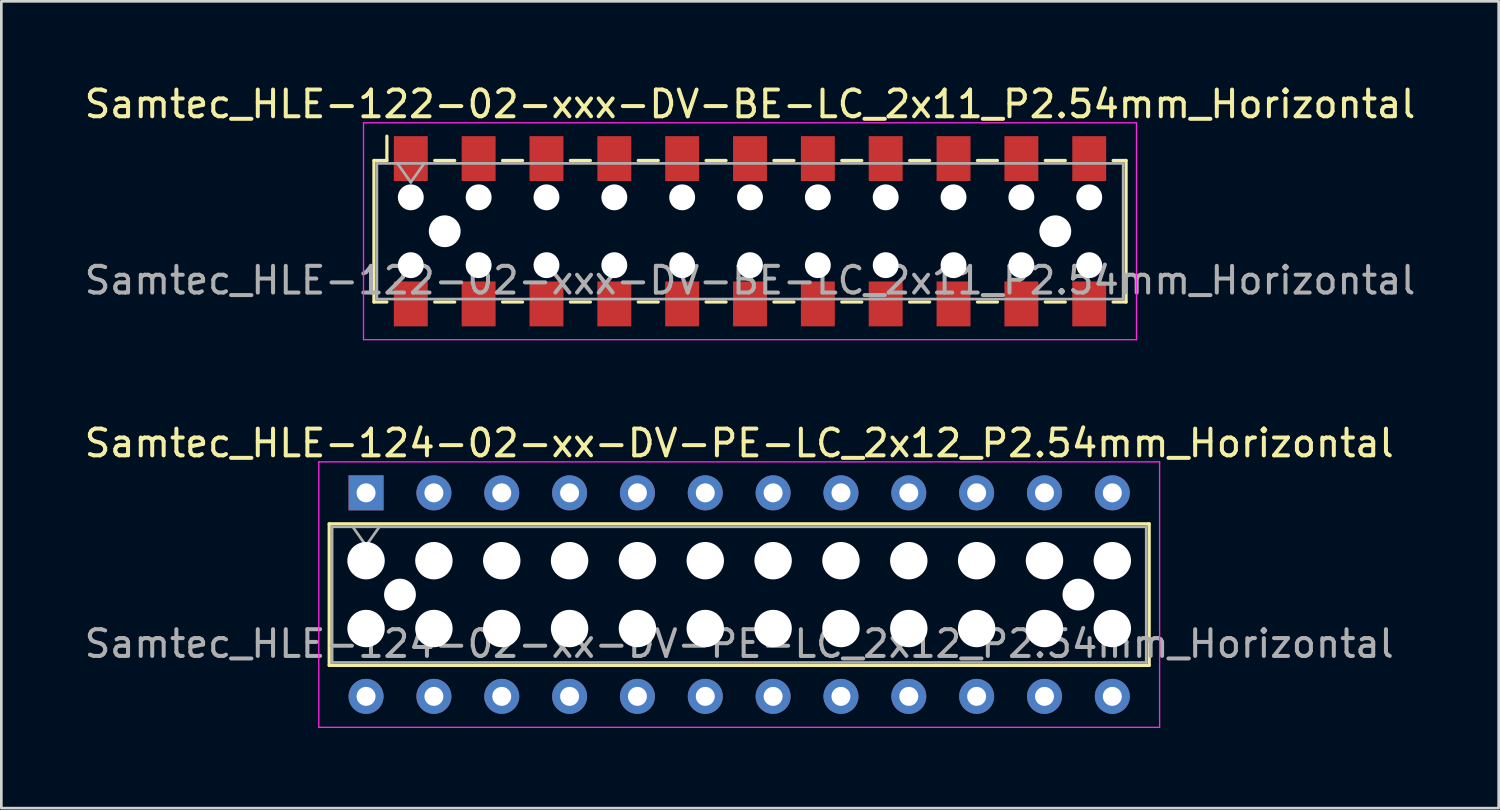
<source format=kicad_pcb>
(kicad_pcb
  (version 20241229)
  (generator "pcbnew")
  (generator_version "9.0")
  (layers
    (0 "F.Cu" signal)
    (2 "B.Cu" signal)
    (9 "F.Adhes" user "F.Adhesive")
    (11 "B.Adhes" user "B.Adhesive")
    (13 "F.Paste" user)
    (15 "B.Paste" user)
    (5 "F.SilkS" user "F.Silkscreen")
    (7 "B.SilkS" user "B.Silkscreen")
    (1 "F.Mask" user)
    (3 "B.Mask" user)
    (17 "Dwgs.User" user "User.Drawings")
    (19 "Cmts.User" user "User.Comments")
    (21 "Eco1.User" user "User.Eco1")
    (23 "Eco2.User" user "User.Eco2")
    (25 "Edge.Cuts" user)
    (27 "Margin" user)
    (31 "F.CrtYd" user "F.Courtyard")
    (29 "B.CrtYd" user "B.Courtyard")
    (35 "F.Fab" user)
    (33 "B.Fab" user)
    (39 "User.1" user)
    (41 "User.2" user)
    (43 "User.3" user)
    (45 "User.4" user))
  (footprint "Samtec_HLE-122-02-xxx-DV-BE-LC_2x11_P2.54mm_Horizontal"
    (layer "F.Cu")
    (at 25.03 5.608)
    (property "Reference" "Samtec_HLE-122-02-xxx-DV-BE-LC_2x11_P2.54mm_Horizontal" (at 0 -4.76 0) (layer "F.SilkS") (effects (font (size 1 1) (thickness 0.15))))
    (attr smd)
    (fp_line (start -14.08 -2.65) (end -14.08 2.65) (stroke (width 0.12) (type solid)) (layer "F.SilkS"))
    (fp_line (start -14.08 2.65) (end -13.595 2.65) (stroke (width 0.12) (type solid)) (layer "F.SilkS"))
    (fp_line (start -13.595 -3.56) (end -13.595 -2.65) (stroke (width 0.12) (type solid)) (layer "F.SilkS"))
    (fp_line (start -13.595 -2.65) (end -14.08 -2.65) (stroke (width 0.12) (type solid)) (layer "F.SilkS"))
    (fp_line (start -11.805 -2.65) (end -11.055 -2.65) (stroke (width 0.12) (type solid)) (layer "F.SilkS"))
    (fp_line (start -11.805 2.65) (end -11.055 2.65) (stroke (width 0.12) (type solid)) (layer "F.SilkS"))
    (fp_line (start -9.265 -2.65) (end -8.515 -2.65) (stroke (width 0.12) (type solid)) (layer "F.SilkS"))
    (fp_line (start -9.265 2.65) (end -8.515 2.65) (stroke (width 0.12) (type solid)) (layer "F.SilkS"))
    (fp_line (start -6.725 -2.65) (end -5.975 -2.65) (stroke (width 0.12) (type solid)) (layer "F.SilkS"))
    (fp_line (start -6.725 2.65) (end -5.975 2.65) (stroke (width 0.12) (type solid)) (layer "F.SilkS"))
    (fp_line (start -4.185 -2.65) (end -3.435 -2.65) (stroke (width 0.12) (type solid)) (layer "F.SilkS"))
    (fp_line (start -4.185 2.65) (end -3.435 2.65) (stroke (width 0.12) (type solid)) (layer "F.SilkS"))
    (fp_line (start -1.645 -2.65) (end -0.895 -2.65) (stroke (width 0.12) (type solid)) (layer "F.SilkS"))
    (fp_line (start -1.645 2.65) (end -0.895 2.65) (stroke (width 0.12) (type solid)) (layer "F.SilkS"))
    (fp_line (start 0.895 -2.65) (end 1.645 -2.65) (stroke (width 0.12) (type solid)) (layer "F.SilkS"))
    (fp_line (start 0.895 2.65) (end 1.645 2.65) (stroke (width 0.12) (type solid)) (layer "F.SilkS"))
    (fp_line (start 3.435 -2.65) (end 4.185 -2.65) (stroke (width 0.12) (type solid)) (layer "F.SilkS"))
    (fp_line (start 3.435 2.65) (end 4.185 2.65) (stroke (width 0.12) (type solid)) (layer "F.SilkS"))
    (fp_line (start 5.975 -2.65) (end 6.725 -2.65) (stroke (width 0.12) (type solid)) (layer "F.SilkS"))
    (fp_line (start 5.975 2.65) (end 6.725 2.65) (stroke (width 0.12) (type solid)) (layer "F.SilkS"))
    (fp_line (start 8.515 -2.65) (end 9.265 -2.65) (stroke (width 0.12) (type solid)) (layer "F.SilkS"))
    (fp_line (start 8.515 2.65) (end 9.265 2.65) (stroke (width 0.12) (type solid)) (layer "F.SilkS"))
    (fp_line (start 11.055 -2.65) (end 11.805 -2.65) (stroke (width 0.12) (type solid)) (layer "F.SilkS"))
    (fp_line (start 11.055 2.65) (end 11.805 2.65) (stroke (width 0.12) (type solid)) (layer "F.SilkS"))
    (fp_line (start 13.595 -2.65) (end 14.08 -2.65) (stroke (width 0.12) (type solid)) (layer "F.SilkS"))
    (fp_line (start 14.08 -2.65) (end 14.08 2.65) (stroke (width 0.12) (type solid)) (layer "F.SilkS"))
    (fp_line (start 14.08 2.65) (end 13.595 2.65) (stroke (width 0.12) (type solid)) (layer "F.SilkS"))
    (fp_line (start -14.47 -4.06) (end 14.47 -4.06) (stroke (width 0.05) (type solid)) (layer "F.CrtYd"))
    (fp_line (start -14.47 4.06) (end -14.47 -4.06) (stroke (width 0.05) (type solid)) (layer "F.CrtYd"))
    (fp_line (start 14.47 -4.06) (end 14.47 4.06) (stroke (width 0.05) (type solid)) (layer "F.CrtYd"))
    (fp_line (start 14.47 4.06) (end -14.47 4.06) (stroke (width 0.05) (type solid)) (layer "F.CrtYd"))
    (fp_line (start -13.97 -2.54) (end 13.97 -2.54) (stroke (width 0.1) (type solid)) (layer "F.Fab"))
    (fp_line (start -13.97 2.54) (end -13.97 -2.54) (stroke (width 0.1) (type solid)) (layer "F.Fab"))
    (fp_line (start -13.2 -2.54) (end -12.7 -1.833) (stroke (width 0.1) (type solid)) (layer "F.Fab"))
    (fp_line (start -12.7 -1.833) (end -12.2 -2.54) (stroke (width 0.1) (type solid)) (layer "F.Fab"))
    (fp_line (start 13.97 -2.54) (end 13.97 2.54) (stroke (width 0.1) (type solid)) (layer "F.Fab"))
    (fp_line (start 13.97 2.54) (end -13.97 2.54) (stroke (width 0.1) (type solid)) (layer "F.Fab"))
    (fp_text user "${REFERENCE}" (at 0 1.84 0) (layer "F.Fab") (effects (font (size 1 1) (thickness 0.15))))
    (pad "" np_thru_hole circle (at -12.7 -1.27) (size 0.97 0.97) (drill 0.97) (layers "*.Cu" "*.Mask"))
    (pad "" np_thru_hole circle (at -12.7 1.27) (size 0.97 0.97) (drill 0.97) (layers "*.Cu" "*.Mask"))
    (pad "" np_thru_hole circle (at -11.43 0) (size 1.19 1.19) (drill 1.19) (layers "*.Cu" "*.Mask"))
    (pad "" np_thru_hole circle (at -10.16 -1.27) (size 0.97 0.97) (drill 0.97) (layers "*.Cu" "*.Mask"))
    (pad "" np_thru_hole circle (at -10.16 1.27) (size 0.97 0.97) (drill 0.97) (layers "*.Cu" "*.Mask"))
    (pad "" np_thru_hole circle (at -7.62 -1.27) (size 0.97 0.97) (drill 0.97) (layers "*.Cu" "*.Mask"))
    (pad "" np_thru_hole circle (at -7.62 1.27) (size 0.97 0.97) (drill 0.97) (layers "*.Cu" "*.Mask"))
    (pad "" np_thru_hole circle (at -5.08 -1.27) (size 0.97 0.97) (drill 0.97) (layers "*.Cu" "*.Mask"))
    (pad "" np_thru_hole circle (at -5.08 1.27) (size 0.97 0.97) (drill 0.97) (layers "*.Cu" "*.Mask"))
    (pad "" np_thru_hole circle (at -2.54 -1.27) (size 0.97 0.97) (drill 0.97) (layers "*.Cu" "*.Mask"))
    (pad "" np_thru_hole circle (at -2.54 1.27) (size 0.97 0.97) (drill 0.97) (layers "*.Cu" "*.Mask"))
    (pad "" np_thru_hole circle (at 0 -1.27) (size 0.97 0.97) (drill 0.97) (layers "*.Cu" "*.Mask"))
    (pad "" np_thru_hole circle (at 0 1.27) (size 0.97 0.97) (drill 0.97) (layers "*.Cu" "*.Mask"))
    (pad "" np_thru_hole circle (at 2.54 -1.27) (size 0.97 0.97) (drill 0.97) (layers "*.Cu" "*.Mask"))
    (pad "" np_thru_hole circle (at 2.54 1.27) (size 0.97 0.97) (drill 0.97) (layers "*.Cu" "*.Mask"))
    (pad "" np_thru_hole circle (at 5.08 -1.27) (size 0.97 0.97) (drill 0.97) (layers "*.Cu" "*.Mask"))
    (pad "" np_thru_hole circle (at 5.08 1.27) (size 0.97 0.97) (drill 0.97) (layers "*.Cu" "*.Mask"))
    (pad "" np_thru_hole circle (at 7.62 -1.27) (size 0.97 0.97) (drill 0.97) (layers "*.Cu" "*.Mask"))
    (pad "" np_thru_hole circle (at 7.62 1.27) (size 0.97 0.97) (drill 0.97) (layers "*.Cu" "*.Mask"))
    (pad "" np_thru_hole circle (at 10.16 -1.27) (size 0.97 0.97) (drill 0.97) (layers "*.Cu" "*.Mask"))
    (pad "" np_thru_hole circle (at 10.16 1.27) (size 0.97 0.97) (drill 0.97) (layers "*.Cu" "*.Mask"))
    (pad "" np_thru_hole circle (at 11.43 0) (size 1.19 1.19) (drill 1.19) (layers "*.Cu" "*.Mask"))
    (pad "" np_thru_hole circle (at 12.7 -1.27) (size 0.97 0.97) (drill 0.97) (layers "*.Cu" "*.Mask"))
    (pad "" np_thru_hole circle (at 12.7 1.27) (size 0.97 0.97) (drill 0.97) (layers "*.Cu" "*.Mask"))
    (pad "1" smd rect (at -12.7 -2.72) (size 1.27 1.68) (layers "F.Cu" "F.Mask" "F.Paste"))
    (pad "2" smd rect (at -12.7 2.72) (size 1.27 1.68) (layers "F.Cu" "F.Mask" "F.Paste"))
    (pad "3" smd rect (at -10.16 -2.72) (size 1.27 1.68) (layers "F.Cu" "F.Mask" "F.Paste"))
    (pad "4" smd rect (at -10.16 2.72) (size 1.27 1.68) (layers "F.Cu" "F.Mask" "F.Paste"))
    (pad "5" smd rect (at -7.62 -2.72) (size 1.27 1.68) (layers "F.Cu" "F.Mask" "F.Paste"))
    (pad "6" smd rect (at -7.62 2.72) (size 1.27 1.68) (layers "F.Cu" "F.Mask" "F.Paste"))
    (pad "7" smd rect (at -5.08 -2.72) (size 1.27 1.68) (layers "F.Cu" "F.Mask" "F.Paste"))
    (pad "8" smd rect (at -5.08 2.72) (size 1.27 1.68) (layers "F.Cu" "F.Mask" "F.Paste"))
    (pad "9" smd rect (at -2.54 -2.72) (size 1.27 1.68) (layers "F.Cu" "F.Mask" "F.Paste"))
    (pad "10" smd rect (at -2.54 2.72) (size 1.27 1.68) (layers "F.Cu" "F.Mask" "F.Paste"))
    (pad "11" smd rect (at 0 -2.72) (size 1.27 1.68) (layers "F.Cu" "F.Mask" "F.Paste"))
    (pad "12" smd rect (at 0 2.72) (size 1.27 1.68) (layers "F.Cu" "F.Mask" "F.Paste"))
    (pad "13" smd rect (at 2.54 -2.72) (size 1.27 1.68) (layers "F.Cu" "F.Mask" "F.Paste"))
    (pad "14" smd rect (at 2.54 2.72) (size 1.27 1.68) (layers "F.Cu" "F.Mask" "F.Paste"))
    (pad "15" smd rect (at 5.08 -2.72) (size 1.27 1.68) (layers "F.Cu" "F.Mask" "F.Paste"))
    (pad "16" smd rect (at 5.08 2.72) (size 1.27 1.68) (layers "F.Cu" "F.Mask" "F.Paste"))
    (pad "17" smd rect (at 7.62 -2.72) (size 1.27 1.68) (layers "F.Cu" "F.Mask" "F.Paste"))
    (pad "18" smd rect (at 7.62 2.72) (size 1.27 1.68) (layers "F.Cu" "F.Mask" "F.Paste"))
    (pad "19" smd rect (at 10.16 -2.72) (size 1.27 1.68) (layers "F.Cu" "F.Mask" "F.Paste"))
    (pad "20" smd rect (at 10.16 2.72) (size 1.27 1.68) (layers "F.Cu" "F.Mask" "F.Paste"))
    (pad "21" smd rect (at 12.7 -2.72) (size 1.27 1.68) (layers "F.Cu" "F.Mask" "F.Paste"))
    (pad "22" smd rect (at 12.7 2.72) (size 1.27 1.68) (layers "F.Cu" "F.Mask" "F.Paste")))
  (footprint "Samtec_HLE-124-02-xx-DV-PE-LC_2x12_P2.54mm_Horizontal"
    (layer "F.Cu")
    (at 10.655 15.402)
    (property "Reference" "Samtec_HLE-124-02-xx-DV-PE-LC_2x12_P2.54mm_Horizontal" (at 13.97 -1.86 0) (layer "F.SilkS") (effects (font (size 1 1) (thickness 0.15))))
    (attr through_hole)
    (fp_line (start -1.38 1.16) (end 29.32 1.16) (stroke (width 0.12) (type solid)) (layer "F.SilkS"))
    (fp_line (start -1.38 6.46) (end -1.38 1.16) (stroke (width 0.12) (type solid)) (layer "F.SilkS"))
    (fp_line (start 29.32 1.16) (end 29.32 6.46) (stroke (width 0.12) (type solid)) (layer "F.SilkS"))
    (fp_line (start 29.32 6.46) (end -1.38 6.46) (stroke (width 0.12) (type solid)) (layer "F.SilkS"))
    (fp_line (start -1.77 -1.16) (end 29.71 -1.16) (stroke (width 0.05) (type solid)) (layer "F.CrtYd"))
    (fp_line (start -1.77 8.78) (end -1.77 -1.16) (stroke (width 0.05) (type solid)) (layer "F.CrtYd"))
    (fp_line (start 29.71 -1.16) (end 29.71 8.78) (stroke (width 0.05) (type solid)) (layer "F.CrtYd"))
    (fp_line (start 29.71 8.78) (end -1.77 8.78) (stroke (width 0.05) (type solid)) (layer "F.CrtYd"))
    (fp_line (start -1.27 1.27) (end 29.21 1.27) (stroke (width 0.1) (type solid)) (layer "F.Fab"))
    (fp_line (start -1.27 6.35) (end -1.27 1.27) (stroke (width 0.1) (type solid)) (layer "F.Fab"))
    (fp_line (start -0.5 1.27) (end 0 1.977) (stroke (width 0.1) (type solid)) (layer "F.Fab"))
    (fp_line (start 0 1.977) (end 0.5 1.27) (stroke (width 0.1) (type solid)) (layer "F.Fab"))
    (fp_line (start 29.21 1.27) (end 29.21 6.35) (stroke (width 0.1) (type solid)) (layer "F.Fab"))
    (fp_line (start 29.21 6.35) (end -1.27 6.35) (stroke (width 0.1) (type solid)) (layer "F.Fab"))
    (fp_text user "${REFERENCE}" (at 13.97 5.65 0) (layer "F.Fab") (effects (font (size 1 1) (thickness 0.15))))
    (pad "" np_thru_hole circle (at 0 2.54) (size 1.4 1.4) (drill 1.4) (layers "*.Cu" "*.Mask"))
    (pad "" np_thru_hole circle (at 0 5.08) (size 1.4 1.4) (drill 1.4) (layers "*.Cu" "*.Mask"))
    (pad "" np_thru_hole circle (at 1.27 3.81) (size 1.19 1.19) (drill 1.19) (layers "*.Cu" "*.Mask"))
    (pad "" np_thru_hole circle (at 2.54 2.54) (size 1.4 1.4) (drill 1.4) (layers "*.Cu" "*.Mask"))
    (pad "" np_thru_hole circle (at 2.54 5.08) (size 1.4 1.4) (drill 1.4) (layers "*.Cu" "*.Mask"))
    (pad "" np_thru_hole circle (at 5.08 2.54) (size 1.4 1.4) (drill 1.4) (layers "*.Cu" "*.Mask"))
    (pad "" np_thru_hole circle (at 5.08 5.08) (size 1.4 1.4) (drill 1.4) (layers "*.Cu" "*.Mask"))
    (pad "" np_thru_hole circle (at 7.62 2.54) (size 1.4 1.4) (drill 1.4) (layers "*.Cu" "*.Mask"))
    (pad "" np_thru_hole circle (at 7.62 5.08) (size 1.4 1.4) (drill 1.4) (layers "*.Cu" "*.Mask"))
    (pad "" np_thru_hole circle (at 10.16 2.54) (size 1.4 1.4) (drill 1.4) (layers "*.Cu" "*.Mask"))
    (pad "" np_thru_hole circle (at 10.16 5.08) (size 1.4 1.4) (drill 1.4) (layers "*.Cu" "*.Mask"))
    (pad "" np_thru_hole circle (at 12.7 2.54) (size 1.4 1.4) (drill 1.4) (layers "*.Cu" "*.Mask"))
    (pad "" np_thru_hole circle (at 12.7 5.08) (size 1.4 1.4) (drill 1.4) (layers "*.Cu" "*.Mask"))
    (pad "" np_thru_hole circle (at 15.24 2.54) (size 1.4 1.4) (drill 1.4) (layers "*.Cu" "*.Mask"))
    (pad "" np_thru_hole circle (at 15.24 5.08) (size 1.4 1.4) (drill 1.4) (layers "*.Cu" "*.Mask"))
    (pad "" np_thru_hole circle (at 17.78 2.54) (size 1.4 1.4) (drill 1.4) (layers "*.Cu" "*.Mask"))
    (pad "" np_thru_hole circle (at 17.78 5.08) (size 1.4 1.4) (drill 1.4) (layers "*.Cu" "*.Mask"))
    (pad "" np_thru_hole circle (at 20.32 2.54) (size 1.4 1.4) (drill 1.4) (layers "*.Cu" "*.Mask"))
    (pad "" np_thru_hole circle (at 20.32 5.08) (size 1.4 1.4) (drill 1.4) (layers "*.Cu" "*.Mask"))
    (pad "" np_thru_hole circle (at 22.86 2.54) (size 1.4 1.4) (drill 1.4) (layers "*.Cu" "*.Mask"))
    (pad "" np_thru_hole circle (at 22.86 5.08) (size 1.4 1.4) (drill 1.4) (layers "*.Cu" "*.Mask"))
    (pad "" np_thru_hole circle (at 25.4 2.54) (size 1.4 1.4) (drill 1.4) (layers "*.Cu" "*.Mask"))
    (pad "" np_thru_hole circle (at 25.4 5.08) (size 1.4 1.4) (drill 1.4) (layers "*.Cu" "*.Mask"))
    (pad "" np_thru_hole circle (at 26.67 3.81) (size 1.19 1.19) (drill 1.19) (layers "*.Cu" "*.Mask"))
    (pad "" np_thru_hole circle (at 27.94 2.54) (size 1.4 1.4) (drill 1.4) (layers "*.Cu" "*.Mask"))
    (pad "" np_thru_hole circle (at 27.94 5.08) (size 1.4 1.4) (drill 1.4) (layers "*.Cu" "*.Mask"))
    (pad "1" thru_hole rect (at 0 0) (size 1.31 1.31) (drill 0.71) (layers "*.Cu" "*.Mask"))
    (pad "2" thru_hole circle (at 0 7.62) (size 1.31 1.31) (drill 0.71) (layers "*.Cu" "*.Mask"))
    (pad "3" thru_hole circle (at 2.54 0) (size 1.31 1.31) (drill 0.71) (layers "*.Cu" "*.Mask"))
    (pad "4" thru_hole circle (at 2.54 7.62) (size 1.31 1.31) (drill 0.71) (layers "*.Cu" "*.Mask"))
    (pad "5" thru_hole circle (at 5.08 0) (size 1.31 1.31) (drill 0.71) (layers "*.Cu" "*.Mask"))
    (pad "6" thru_hole circle (at 5.08 7.62) (size 1.31 1.31) (drill 0.71) (layers "*.Cu" "*.Mask"))
    (pad "7" thru_hole circle (at 7.62 0) (size 1.31 1.31) (drill 0.71) (layers "*.Cu" "*.Mask"))
    (pad "8" thru_hole circle (at 7.62 7.62) (size 1.31 1.31) (drill 0.71) (layers "*.Cu" "*.Mask"))
    (pad "9" thru_hole circle (at 10.16 0) (size 1.31 1.31) (drill 0.71) (layers "*.Cu" "*.Mask"))
    (pad "10" thru_hole circle (at 10.16 7.62) (size 1.31 1.31) (drill 0.71) (layers "*.Cu" "*.Mask"))
    (pad "11" thru_hole circle (at 12.7 0) (size 1.31 1.31) (drill 0.71) (layers "*.Cu" "*.Mask"))
    (pad "12" thru_hole circle (at 12.7 7.62) (size 1.31 1.31) (drill 0.71) (layers "*.Cu" "*.Mask"))
    (pad "13" thru_hole circle (at 15.24 0) (size 1.31 1.31) (drill 0.71) (layers "*.Cu" "*.Mask"))
    (pad "14" thru_hole circle (at 15.24 7.62) (size 1.31 1.31) (drill 0.71) (layers "*.Cu" "*.Mask"))
    (pad "15" thru_hole circle (at 17.78 0) (size 1.31 1.31) (drill 0.71) (layers "*.Cu" "*.Mask"))
    (pad "16" thru_hole circle (at 17.78 7.62) (size 1.31 1.31) (drill 0.71) (layers "*.Cu" "*.Mask"))
    (pad "17" thru_hole circle (at 20.32 0) (size 1.31 1.31) (drill 0.71) (layers "*.Cu" "*.Mask"))
    (pad "18" thru_hole circle (at 20.32 7.62) (size 1.31 1.31) (drill 0.71) (layers "*.Cu" "*.Mask"))
    (pad "19" thru_hole circle (at 22.86 0) (size 1.31 1.31) (drill 0.71) (layers "*.Cu" "*.Mask"))
    (pad "20" thru_hole circle (at 22.86 7.62) (size 1.31 1.31) (drill 0.71) (layers "*.Cu" "*.Mask"))
    (pad "21" thru_hole circle (at 25.4 0) (size 1.31 1.31) (drill 0.71) (layers "*.Cu" "*.Mask"))
    (pad "22" thru_hole circle (at 25.4 7.62) (size 1.31 1.31) (drill 0.71) (layers "*.Cu" "*.Mask"))
    (pad "23" thru_hole circle (at 27.94 0) (size 1.31 1.31) (drill 0.71) (layers "*.Cu" "*.Mask"))
    (pad "24" thru_hole circle (at 27.94 7.62) (size 1.31 1.31) (drill 0.71) (layers "*.Cu" "*.Mask")))
  (gr_rect
    (start -3 -3)
    (end 53.06 27.206)
    (stroke (width 0.1) (type default))
    (fill no)
    (layer "Edge.Cuts")))
</source>
